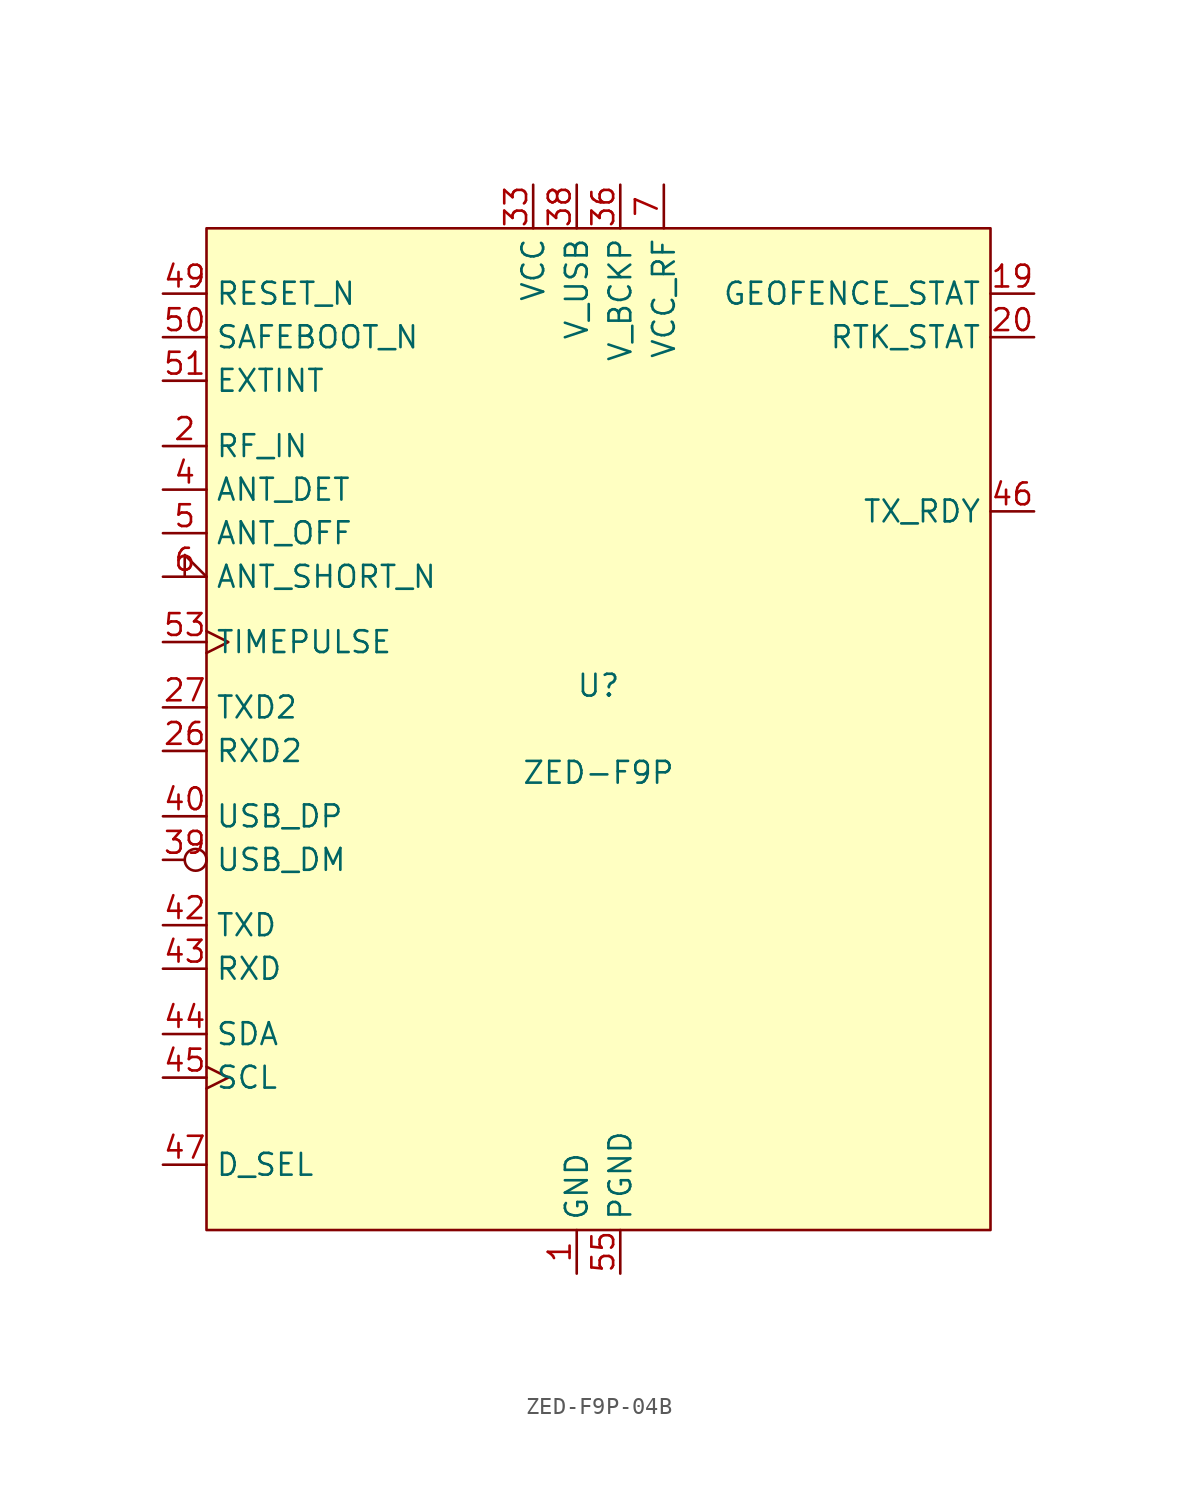
<source format=kicad_sym>
(kicad_symbol_lib
  (version 20231120)
  (generator "kicad_symbol_editor")
  (generator_version "8.0")
  (symbol "ZED-F9P-04B"
    (property "Reference" "U"
      (at 0 2.54 0)
      (do_not_autoplace)
      (effects (font (size 1.27 1.27))))
    (property "Value" "ZED-F9P"
      (at 0 -2.54 0)
      (do_not_autoplace)
      (effects (font (size 1.27 1.27))))
    (symbol "ZED-F9P-04B_0_0"
      (pin passive line (at -1.27 -31.75 90) (length 2.54) (name "GND" (effects (font (size 1.27 1.27)))) (number "1" (effects (font (size 1.27 1.27)))))
      (pin no_connect line (at 25.4 -25.4 180) (length 2.54) hide (name "Reserved" (effects (font (size 1.27 1.27)))) (number "11" (effects (font (size 1.27 1.27)))))
      (pin passive line (at -1.27 -31.75 90) (length 2.54) hide (name "GND" (effects (font (size 1.27 1.27)))) (number "12" (effects (font (size 1.27 1.27)))))
      (pin passive line (at -1.27 -31.75 90) (length 2.54) hide (name "GND" (effects (font (size 1.27 1.27)))) (number "14" (effects (font (size 1.27 1.27)))))
      (pin no_connect line (at 25.4 -25.4 180) (length 2.54) hide (name "Reserved" (effects (font (size 1.27 1.27)))) (number "18" (effects (font (size 1.27 1.27)))))
      (pin output line (at 25.4 25.4 180) (length 2.54) (name "GEOFENCE_STAT" (effects (font (size 1.27 1.27)))) (number "19" (effects (font (size 1.27 1.27)))))
      (pin input line (at -25.4 16.51 0) (length 2.54) (name "RF_IN" (effects (font (size 1.27 1.27)))) (number "2" (effects (font (size 1.27 1.27)))))
      (pin output line (at 25.4 22.86 180) (length 2.54) (name "RTK_STAT" (effects (font (size 1.27 1.27)))) (number "20" (effects (font (size 1.27 1.27)))))
      (pin input line (at -25.4 -1.27 0) (length 2.54) (name "RXD2" (effects (font (size 1.27 1.27)))) (number "26" (effects (font (size 1.27 1.27)))))
      (pin output line (at -25.4 1.27 0) (length 2.54) (name "TXD2" (effects (font (size 1.27 1.27)))) (number "27" (effects (font (size 1.27 1.27)))))
      (pin passive line (at -1.27 -31.75 90) (length 2.54) hide (name "GND" (effects (font (size 1.27 1.27)))) (number "3" (effects (font (size 1.27 1.27)))))
      (pin passive line (at -1.27 -31.75 90) (length 2.54) hide (name "GND" (effects (font (size 1.27 1.27)))) (number "32" (effects (font (size 1.27 1.27)))))
      (pin power_in line (at -3.81 31.75 270) (length 2.54) (name "VCC" (effects (font (size 1.27 1.27)))) (number "33" (effects (font (size 1.27 1.27)))))
      (pin power_in line (at -3.81 31.75 270) (length 2.54) hide (name "VCC" (effects (font (size 1.27 1.27)))) (number "34" (effects (font (size 1.27 1.27)))))
      (pin power_in line (at 1.27 31.75 270) (length 2.54) (name "V_BCKP" (effects (font (size 1.27 1.27)))) (number "36" (effects (font (size 1.27 1.27)))))
      (pin passive line (at -1.27 -31.75 90) (length 2.54) hide (name "GND" (effects (font (size 1.27 1.27)))) (number "37" (effects (font (size 1.27 1.27)))))
      (pin power_in line (at -1.27 31.75 270) (length 2.54) (name "V_USB" (effects (font (size 1.27 1.27)))) (number "38" (effects (font (size 1.27 1.27)))))
      (pin bidirectional inverted (at -25.4 -7.62 0) (length 2.54) (name "USB_DM" (effects (font (size 1.27 1.27)))) (number "39" (effects (font (size 1.27 1.27)))))
      (pin input line (at -25.4 13.97 0) (length 2.54) (name "ANT_DET" (effects (font (size 1.27 1.27)))) (number "4" (effects (font (size 1.27 1.27)))))
      (pin bidirectional line (at -25.4 -5.08 0) (length 2.54) (name "USB_DP" (effects (font (size 1.27 1.27)))) (number "40" (effects (font (size 1.27 1.27)))))
      (pin passive line (at -1.27 -31.75 90) (length 2.54) hide (name "GND" (effects (font (size 1.27 1.27)))) (number "41" (effects (font (size 1.27 1.27)))))
      (pin output line (at 25.4 12.7 180) (length 2.54) (name "TX_RDY" (effects (font (size 1.27 1.27)))) (number "46" (effects (font (size 1.27 1.27)))))
      (pin input line (at -25.4 -25.4 0) (length 2.54) (name "D_SEL" (effects (font (size 1.27 1.27)))) (number "47" (effects (font (size 1.27 1.27)))))
      (pin passive line (at -1.27 -31.75 90) (length 2.54) hide (name "GND" (effects (font (size 1.27 1.27)))) (number "48" (effects (font (size 1.27 1.27)))))
      (pin input line (at -25.4 25.4 0) (length 2.54) (name "RESET_N" (effects (font (size 1.27 1.27)))) (number "49" (effects (font (size 1.27 1.27)))))
      (pin output line (at -25.4 11.43 0) (length 2.54) (name "ANT_OFF" (effects (font (size 1.27 1.27)))) (number "5" (effects (font (size 1.27 1.27)))))
      (pin input input_low (at -25.4 8.89 0) (length 2.54) (name "ANT_SHORT_N" (effects (font (size 1.27 1.27)))) (number "6" (effects (font (size 1.27 1.27)))))
      (pin power_out line (at 3.81 31.75 270) (length 2.54) (name "VCC_RF" (effects (font (size 1.27 1.27)))) (number "7" (effects (font (size 1.27 1.27))))))
    (symbol "ZED-F9P-04B_1_0"
      (pin no_connect line (at 25.4 -25.4 180) (length 2.54) hide (name "Reserved" (effects (font (size 1.27 1.27)))) (number "10" (effects (font (size 1.27 1.27)))))
      (pin passive line (at 1.27 -31.75 90) (length 2.54) hide (name "PGND" (effects (font (size 1.27 1.27)))) (number "100" (effects (font (size 1.27 1.27)))))
      (pin passive line (at 1.27 -31.75 90) (length 2.54) hide (name "PGND" (effects (font (size 1.27 1.27)))) (number "101" (effects (font (size 1.27 1.27)))))
      (pin passive line (at 1.27 -31.75 90) (length 2.54) hide (name "PGND" (effects (font (size 1.27 1.27)))) (number "102" (effects (font (size 1.27 1.27)))))
      (pin no_connect line (at 25.4 -25.4 180) (length 2.54) hide (name "Reserved" (effects (font (size 1.27 1.27)))) (number "13" (effects (font (size 1.27 1.27)))))
      (pin no_connect line (at 25.4 -25.4 180) (length 2.54) hide (name "Reserved" (effects (font (size 1.27 1.27)))) (number "15" (effects (font (size 1.27 1.27)))))
      (pin no_connect line (at 25.4 -25.4 180) (length 2.54) hide (name "Reserved" (effects (font (size 1.27 1.27)))) (number "16" (effects (font (size 1.27 1.27)))))
      (pin no_connect line (at 25.4 -25.4 180) (length 2.54) hide (name "Reserved" (effects (font (size 1.27 1.27)))) (number "17" (effects (font (size 1.27 1.27)))))
      (pin no_connect line (at 25.4 -25.4 180) (length 2.54) hide (name "Reserved" (effects (font (size 1.27 1.27)))) (number "21" (effects (font (size 1.27 1.27)))))
      (pin no_connect line (at 25.4 -25.4 180) (length 2.54) hide (name "Reserved" (effects (font (size 1.27 1.27)))) (number "22" (effects (font (size 1.27 1.27)))))
      (pin no_connect line (at 25.4 -25.4 180) (length 2.54) hide (name "Reserved" (effects (font (size 1.27 1.27)))) (number "23" (effects (font (size 1.27 1.27)))))
      (pin no_connect line (at 25.4 -25.4 180) (length 2.54) hide (name "Reserved" (effects (font (size 1.27 1.27)))) (number "24" (effects (font (size 1.27 1.27)))))
      (pin no_connect line (at 25.4 -25.4 180) (length 2.54) hide (name "Reserved" (effects (font (size 1.27 1.27)))) (number "25" (effects (font (size 1.27 1.27)))))
      (pin no_connect line (at 25.4 -25.4 180) (length 2.54) hide (name "Reserved" (effects (font (size 1.27 1.27)))) (number "28" (effects (font (size 1.27 1.27)))))
      (pin no_connect line (at 25.4 -25.4 180) (length 2.54) hide (name "Reserved" (effects (font (size 1.27 1.27)))) (number "29" (effects (font (size 1.27 1.27)))))
      (pin no_connect line (at 25.4 -25.4 180) (length 2.54) hide (name "Reserved" (effects (font (size 1.27 1.27)))) (number "30" (effects (font (size 1.27 1.27)))))
      (pin no_connect line (at 25.4 -25.4 180) (length 2.54) hide (name "Reserved" (effects (font (size 1.27 1.27)))) (number "31" (effects (font (size 1.27 1.27)))))
      (pin no_connect line (at 25.4 -25.4 180) (length 2.54) hide (name "Reserved" (effects (font (size 1.27 1.27)))) (number "35" (effects (font (size 1.27 1.27)))))
      (pin output line (at -25.4 -11.43 0) (length 2.54) (name "TXD" (effects (font (size 1.27 1.27)))) (number "42" (effects (font (size 1.27 1.27)))) (alternate "SPI_SDO" output line))
      (pin input line (at -25.4 -13.97 0) (length 2.54) (name "RXD" (effects (font (size 1.27 1.27)))) (number "43" (effects (font (size 1.27 1.27)))) (alternate "SPI_SDI" input line))
      (pin bidirectional line (at -25.4 -17.78 0) (length 2.54) (name "SDA" (effects (font (size 1.27 1.27)))) (number "44" (effects (font (size 1.27 1.27)))) (alternate "SPI_CS_N" input input_low))
      (pin input clock (at -25.4 -20.32 0) (length 2.54) (name "SCL" (effects (font (size 1.27 1.27)))) (number "45" (effects (font (size 1.27 1.27)))) (alternate "SPI_CLK" input clock))
      (pin input line (at -25.4 22.86 0) (length 2.54) (name "SAFEBOOT_N" (effects (font (size 1.27 1.27)))) (number "50" (effects (font (size 1.27 1.27)))))
      (pin output line (at -25.4 20.32 0) (length 2.54) (name "EXTINT" (effects (font (size 1.27 1.27)))) (number "51" (effects (font (size 1.27 1.27)))))
      (pin no_connect line (at 25.4 -25.4 180) (length 2.54) hide (name "Reserved" (effects (font (size 1.27 1.27)))) (number "52" (effects (font (size 1.27 1.27)))))
      (pin output clock (at -25.4 5.08 0) (length 2.54) (name "TIMEPULSE" (effects (font (size 1.27 1.27)))) (number "53" (effects (font (size 1.27 1.27)))))
      (pin no_connect line (at 25.4 -25.4 180) (length 2.54) hide (name "Reserved" (effects (font (size 1.27 1.27)))) (number "54" (effects (font (size 1.27 1.27)))))
      (pin passive line (at 1.27 -31.75 90) (length 2.54) (name "PGND" (effects (font (size 1.27 1.27)))) (number "55" (effects (font (size 1.27 1.27)))))
      (pin passive line (at 1.27 -31.75 90) (length 2.54) hide (name "PGND" (effects (font (size 1.27 1.27)))) (number "56" (effects (font (size 1.27 1.27)))))
      (pin passive line (at 1.27 -31.75 90) (length 2.54) hide (name "PGND" (effects (font (size 1.27 1.27)))) (number "57" (effects (font (size 1.27 1.27)))))
      (pin passive line (at 1.27 -31.75 90) (length 2.54) hide (name "PGND" (effects (font (size 1.27 1.27)))) (number "58" (effects (font (size 1.27 1.27)))))
      (pin passive line (at 1.27 -31.75 90) (length 2.54) hide (name "PGND" (effects (font (size 1.27 1.27)))) (number "59" (effects (font (size 1.27 1.27)))))
      (pin passive line (at 1.27 -31.75 90) (length 2.54) hide (name "PGND" (effects (font (size 1.27 1.27)))) (number "60" (effects (font (size 1.27 1.27)))))
      (pin passive line (at 1.27 -31.75 90) (length 2.54) hide (name "PGND" (effects (font (size 1.27 1.27)))) (number "61" (effects (font (size 1.27 1.27)))))
      (pin passive line (at 1.27 -31.75 90) (length 2.54) hide (name "PGND" (effects (font (size 1.27 1.27)))) (number "62" (effects (font (size 1.27 1.27)))))
      (pin passive line (at 1.27 -31.75 90) (length 2.54) hide (name "PGND" (effects (font (size 1.27 1.27)))) (number "63" (effects (font (size 1.27 1.27)))))
      (pin passive line (at 1.27 -31.75 90) (length 2.54) hide (name "PGND" (effects (font (size 1.27 1.27)))) (number "64" (effects (font (size 1.27 1.27)))))
      (pin passive line (at 1.27 -31.75 90) (length 2.54) hide (name "PGND" (effects (font (size 1.27 1.27)))) (number "65" (effects (font (size 1.27 1.27)))))
      (pin passive line (at 1.27 -31.75 90) (length 2.54) hide (name "PGND" (effects (font (size 1.27 1.27)))) (number "66" (effects (font (size 1.27 1.27)))))
      (pin passive line (at 1.27 -31.75 90) (length 2.54) hide (name "PGND" (effects (font (size 1.27 1.27)))) (number "67" (effects (font (size 1.27 1.27)))))
      (pin passive line (at 1.27 -31.75 90) (length 2.54) hide (name "PGND" (effects (font (size 1.27 1.27)))) (number "68" (effects (font (size 1.27 1.27)))))
      (pin passive line (at 1.27 -31.75 90) (length 2.54) hide (name "PGND" (effects (font (size 1.27 1.27)))) (number "69" (effects (font (size 1.27 1.27)))))
      (pin passive line (at 1.27 -31.75 90) (length 2.54) hide (name "PGND" (effects (font (size 1.27 1.27)))) (number "70" (effects (font (size 1.27 1.27)))))
      (pin passive line (at 1.27 -31.75 90) (length 2.54) hide (name "PGND" (effects (font (size 1.27 1.27)))) (number "71" (effects (font (size 1.27 1.27)))))
      (pin passive line (at 1.27 -31.75 90) (length 2.54) hide (name "PGND" (effects (font (size 1.27 1.27)))) (number "72" (effects (font (size 1.27 1.27)))))
      (pin passive line (at 1.27 -31.75 90) (length 2.54) hide (name "PGND" (effects (font (size 1.27 1.27)))) (number "73" (effects (font (size 1.27 1.27)))))
      (pin passive line (at 1.27 -31.75 90) (length 2.54) hide (name "PGND" (effects (font (size 1.27 1.27)))) (number "74" (effects (font (size 1.27 1.27)))))
      (pin passive line (at 1.27 -31.75 90) (length 2.54) hide (name "PGND" (effects (font (size 1.27 1.27)))) (number "75" (effects (font (size 1.27 1.27)))))
      (pin passive line (at 1.27 -31.75 90) (length 2.54) hide (name "PGND" (effects (font (size 1.27 1.27)))) (number "76" (effects (font (size 1.27 1.27)))))
      (pin passive line (at 1.27 -31.75 90) (length 2.54) hide (name "PGND" (effects (font (size 1.27 1.27)))) (number "77" (effects (font (size 1.27 1.27)))))
      (pin passive line (at 1.27 -31.75 90) (length 2.54) hide (name "PGND" (effects (font (size 1.27 1.27)))) (number "78" (effects (font (size 1.27 1.27)))))
      (pin passive line (at 1.27 -31.75 90) (length 2.54) hide (name "PGND" (effects (font (size 1.27 1.27)))) (number "79" (effects (font (size 1.27 1.27)))))
      (pin no_connect line (at 25.4 -25.4 180) (length 2.54) hide (name "Reserved" (effects (font (size 1.27 1.27)))) (number "8" (effects (font (size 1.27 1.27)))))
      (pin passive line (at 1.27 -31.75 90) (length 2.54) hide (name "PGND" (effects (font (size 1.27 1.27)))) (number "80" (effects (font (size 1.27 1.27)))))
      (pin passive line (at 1.27 -31.75 90) (length 2.54) hide (name "PGND" (effects (font (size 1.27 1.27)))) (number "81" (effects (font (size 1.27 1.27)))))
      (pin passive line (at 1.27 -31.75 90) (length 2.54) hide (name "PGND" (effects (font (size 1.27 1.27)))) (number "82" (effects (font (size 1.27 1.27)))))
      (pin passive line (at 1.27 -31.75 90) (length 2.54) hide (name "PGND" (effects (font (size 1.27 1.27)))) (number "83" (effects (font (size 1.27 1.27)))))
      (pin passive line (at 1.27 -31.75 90) (length 2.54) hide (name "PGND" (effects (font (size 1.27 1.27)))) (number "84" (effects (font (size 1.27 1.27)))))
      (pin passive line (at 1.27 -31.75 90) (length 2.54) hide (name "PGND" (effects (font (size 1.27 1.27)))) (number "85" (effects (font (size 1.27 1.27)))))
      (pin passive line (at 1.27 -31.75 90) (length 2.54) hide (name "PGND" (effects (font (size 1.27 1.27)))) (number "86" (effects (font (size 1.27 1.27)))))
      (pin passive line (at 1.27 -31.75 90) (length 2.54) hide (name "PGND" (effects (font (size 1.27 1.27)))) (number "87" (effects (font (size 1.27 1.27)))))
      (pin passive line (at 1.27 -31.75 90) (length 2.54) hide (name "PGND" (effects (font (size 1.27 1.27)))) (number "88" (effects (font (size 1.27 1.27)))))
      (pin passive line (at 1.27 -31.75 90) (length 2.54) hide (name "PGND" (effects (font (size 1.27 1.27)))) (number "89" (effects (font (size 1.27 1.27)))))
      (pin no_connect line (at 25.4 -25.4 180) (length 2.54) hide (name "Reserved" (effects (font (size 1.27 1.27)))) (number "9" (effects (font (size 1.27 1.27)))))
      (pin passive line (at 1.27 -31.75 90) (length 2.54) hide (name "PGND" (effects (font (size 1.27 1.27)))) (number "90" (effects (font (size 1.27 1.27)))))
      (pin passive line (at 1.27 -31.75 90) (length 2.54) hide (name "PGND" (effects (font (size 1.27 1.27)))) (number "91" (effects (font (size 1.27 1.27)))))
      (pin passive line (at 1.27 -31.75 90) (length 2.54) hide (name "PGND" (effects (font (size 1.27 1.27)))) (number "92" (effects (font (size 1.27 1.27)))))
      (pin passive line (at 1.27 -31.75 90) (length 2.54) hide (name "PGND" (effects (font (size 1.27 1.27)))) (number "93" (effects (font (size 1.27 1.27)))))
      (pin passive line (at 1.27 -31.75 90) (length 2.54) hide (name "PGND" (effects (font (size 1.27 1.27)))) (number "94" (effects (font (size 1.27 1.27)))))
      (pin passive line (at 1.27 -31.75 90) (length 2.54) hide (name "PGND" (effects (font (size 1.27 1.27)))) (number "95" (effects (font (size 1.27 1.27)))))
      (pin passive line (at 1.27 -31.75 90) (length 2.54) hide (name "PGND" (effects (font (size 1.27 1.27)))) (number "96" (effects (font (size 1.27 1.27)))))
      (pin passive line (at 1.27 -31.75 90) (length 2.54) hide (name "PGND" (effects (font (size 1.27 1.27)))) (number "97" (effects (font (size 1.27 1.27)))))
      (pin passive line (at 1.27 -31.75 90) (length 2.54) hide (name "PGND" (effects (font (size 1.27 1.27)))) (number "98" (effects (font (size 1.27 1.27)))))
      (pin passive line (at 1.27 -31.75 90) (length 2.54) hide (name "PGND" (effects (font (size 1.27 1.27)))) (number "99" (effects (font (size 1.27 1.27))))))
    (symbol "ZED-F9P-04B_1_1"
      (rectangle (start -22.86 29.21) (end 22.86 -29.21) (stroke (width 0) (type default)) (fill (type background))))))
</source>
